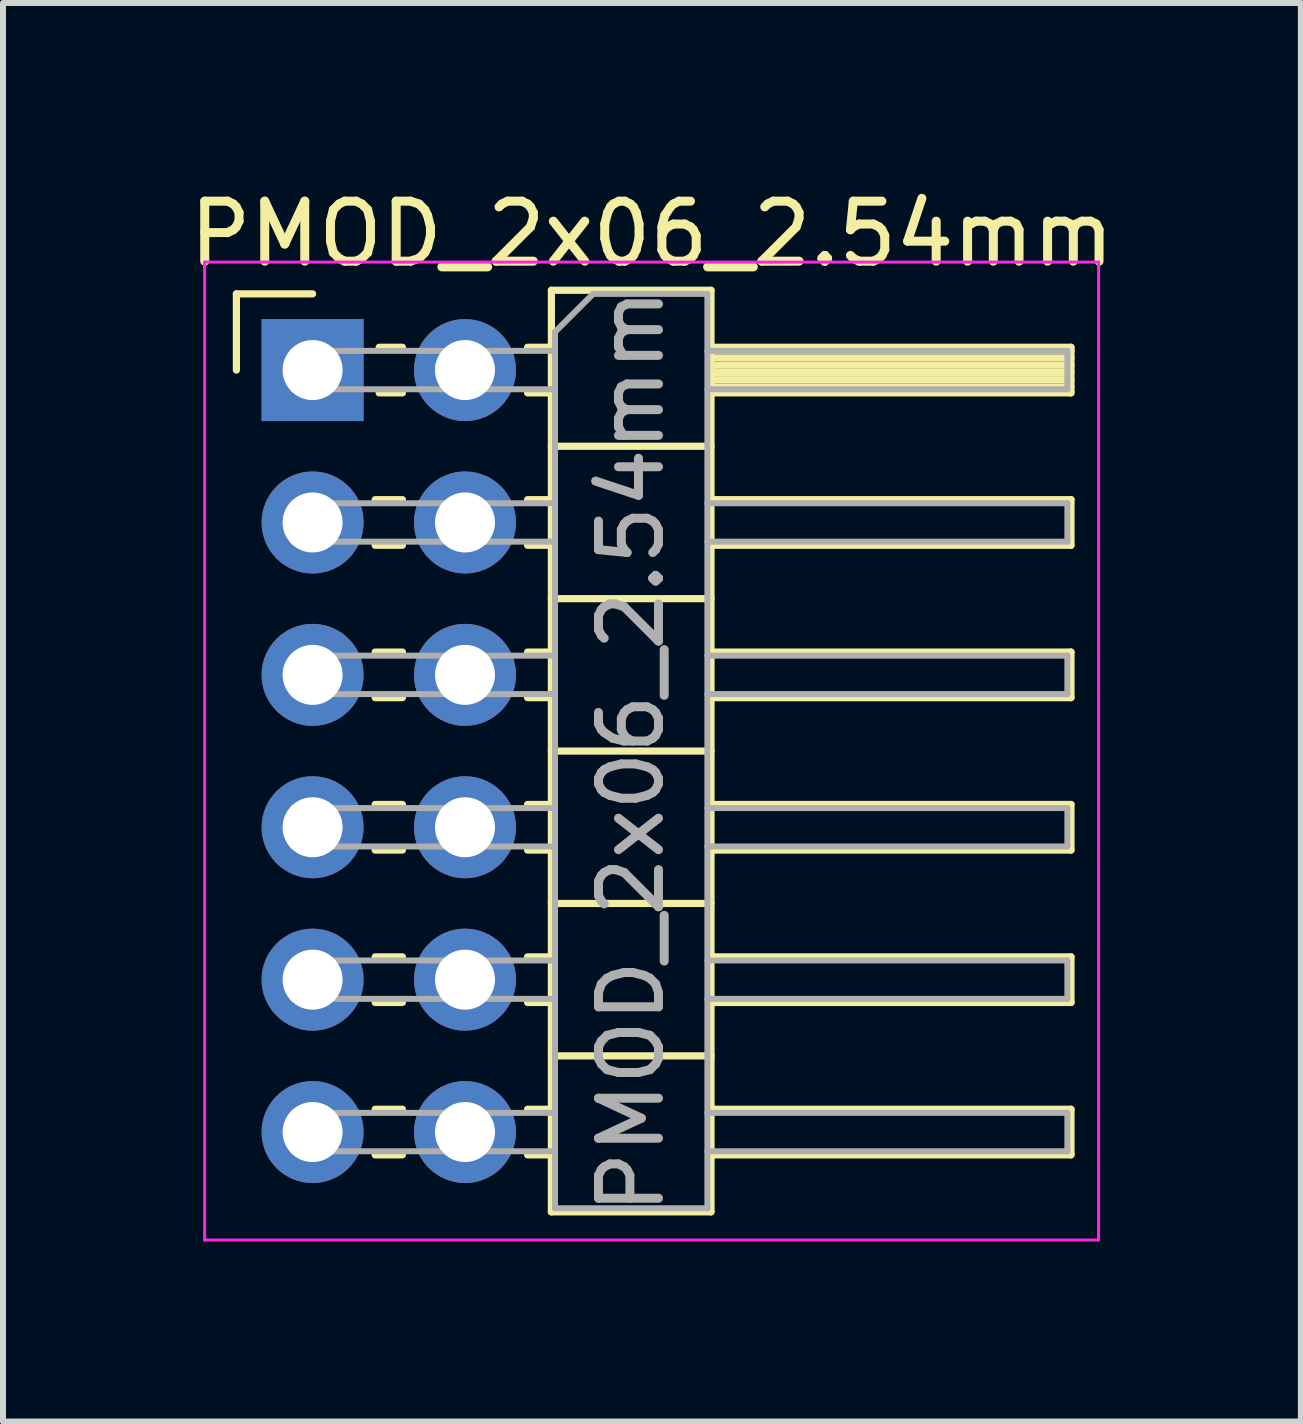
<source format=kicad_pcb>
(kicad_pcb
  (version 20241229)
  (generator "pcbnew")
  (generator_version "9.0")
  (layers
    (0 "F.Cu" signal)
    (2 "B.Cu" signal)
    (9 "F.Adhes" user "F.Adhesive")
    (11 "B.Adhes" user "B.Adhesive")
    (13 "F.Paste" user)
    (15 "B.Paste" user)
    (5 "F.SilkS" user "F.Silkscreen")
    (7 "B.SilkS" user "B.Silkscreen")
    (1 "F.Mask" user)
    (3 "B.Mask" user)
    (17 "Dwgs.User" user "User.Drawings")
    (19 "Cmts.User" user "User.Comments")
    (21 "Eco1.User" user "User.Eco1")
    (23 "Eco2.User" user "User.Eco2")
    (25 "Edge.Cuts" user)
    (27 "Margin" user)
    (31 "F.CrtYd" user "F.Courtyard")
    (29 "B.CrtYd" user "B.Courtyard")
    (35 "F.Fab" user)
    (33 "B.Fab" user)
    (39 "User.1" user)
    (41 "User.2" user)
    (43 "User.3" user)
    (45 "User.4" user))
  (footprint "PMOD_2x06_2.54mm"
    (layer "F.Cu")
    (at 2.16 3.118)
    (property "Reference" "PMOD_2x06_2.54mm" (at 5.655 -2.27 0) (layer "F.SilkS") (effects (font (size 1 1) (thickness 0.15))))
    (attr through_hole)
    (fp_line (start -1.27 -1.27) (end 0 -1.27) (stroke (width 0.12) (type solid)) (layer "F.SilkS"))
    (fp_line (start -1.27 0) (end -1.27 -1.27) (stroke (width 0.12) (type solid)) (layer "F.SilkS"))
    (fp_line (start 1.043 2.16) (end 1.497 2.16) (stroke (width 0.12) (type solid)) (layer "F.SilkS"))
    (fp_line (start 1.043 2.92) (end 1.497 2.92) (stroke (width 0.12) (type solid)) (layer "F.SilkS"))
    (fp_line (start 1.043 4.7) (end 1.497 4.7) (stroke (width 0.12) (type solid)) (layer "F.SilkS"))
    (fp_line (start 1.043 5.46) (end 1.497 5.46) (stroke (width 0.12) (type solid)) (layer "F.SilkS"))
    (fp_line (start 1.043 7.24) (end 1.497 7.24) (stroke (width 0.12) (type solid)) (layer "F.SilkS"))
    (fp_line (start 1.043 8) (end 1.497 8) (stroke (width 0.12) (type solid)) (layer "F.SilkS"))
    (fp_line (start 1.043 9.78) (end 1.497 9.78) (stroke (width 0.12) (type solid)) (layer "F.SilkS"))
    (fp_line (start 1.043 10.54) (end 1.497 10.54) (stroke (width 0.12) (type solid)) (layer "F.SilkS"))
    (fp_line (start 1.043 12.32) (end 1.497 12.32) (stroke (width 0.12) (type solid)) (layer "F.SilkS"))
    (fp_line (start 1.043 13.08) (end 1.497 13.08) (stroke (width 0.12) (type solid)) (layer "F.SilkS"))
    (fp_line (start 1.11 -0.38) (end 1.497 -0.38) (stroke (width 0.12) (type solid)) (layer "F.SilkS"))
    (fp_line (start 1.11 0.38) (end 1.497 0.38) (stroke (width 0.12) (type solid)) (layer "F.SilkS"))
    (fp_line (start 3.583 -0.38) (end 3.98 -0.38) (stroke (width 0.12) (type solid)) (layer "F.SilkS"))
    (fp_line (start 3.583 0.38) (end 3.98 0.38) (stroke (width 0.12) (type solid)) (layer "F.SilkS"))
    (fp_line (start 3.583 2.16) (end 3.98 2.16) (stroke (width 0.12) (type solid)) (layer "F.SilkS"))
    (fp_line (start 3.583 2.92) (end 3.98 2.92) (stroke (width 0.12) (type solid)) (layer "F.SilkS"))
    (fp_line (start 3.583 4.7) (end 3.98 4.7) (stroke (width 0.12) (type solid)) (layer "F.SilkS"))
    (fp_line (start 3.583 5.46) (end 3.98 5.46) (stroke (width 0.12) (type solid)) (layer "F.SilkS"))
    (fp_line (start 3.583 7.24) (end 3.98 7.24) (stroke (width 0.12) (type solid)) (layer "F.SilkS"))
    (fp_line (start 3.583 8) (end 3.98 8) (stroke (width 0.12) (type solid)) (layer "F.SilkS"))
    (fp_line (start 3.583 9.78) (end 3.98 9.78) (stroke (width 0.12) (type solid)) (layer "F.SilkS"))
    (fp_line (start 3.583 10.54) (end 3.98 10.54) (stroke (width 0.12) (type solid)) (layer "F.SilkS"))
    (fp_line (start 3.583 12.32) (end 3.98 12.32) (stroke (width 0.12) (type solid)) (layer "F.SilkS"))
    (fp_line (start 3.583 13.08) (end 3.98 13.08) (stroke (width 0.12) (type solid)) (layer "F.SilkS"))
    (fp_line (start 3.98 -1.33) (end 3.98 14.03) (stroke (width 0.12) (type solid)) (layer "F.SilkS"))
    (fp_line (start 3.98 1.27) (end 6.64 1.27) (stroke (width 0.12) (type solid)) (layer "F.SilkS"))
    (fp_line (start 3.98 3.81) (end 6.64 3.81) (stroke (width 0.12) (type solid)) (layer "F.SilkS"))
    (fp_line (start 3.98 6.35) (end 6.64 6.35) (stroke (width 0.12) (type solid)) (layer "F.SilkS"))
    (fp_line (start 3.98 8.89) (end 6.64 8.89) (stroke (width 0.12) (type solid)) (layer "F.SilkS"))
    (fp_line (start 3.98 11.43) (end 6.64 11.43) (stroke (width 0.12) (type solid)) (layer "F.SilkS"))
    (fp_line (start 3.98 14.03) (end 6.64 14.03) (stroke (width 0.12) (type solid)) (layer "F.SilkS"))
    (fp_line (start 6.64 -1.33) (end 3.98 -1.33) (stroke (width 0.12) (type solid)) (layer "F.SilkS"))
    (fp_line (start 6.64 -0.38) (end 12.64 -0.38) (stroke (width 0.12) (type solid)) (layer "F.SilkS"))
    (fp_line (start 6.64 -0.32) (end 12.64 -0.32) (stroke (width 0.12) (type solid)) (layer "F.SilkS"))
    (fp_line (start 6.64 -0.2) (end 12.64 -0.2) (stroke (width 0.12) (type solid)) (layer "F.SilkS"))
    (fp_line (start 6.64 -0.08) (end 12.64 -0.08) (stroke (width 0.12) (type solid)) (layer "F.SilkS"))
    (fp_line (start 6.64 0.04) (end 12.64 0.04) (stroke (width 0.12) (type solid)) (layer "F.SilkS"))
    (fp_line (start 6.64 0.16) (end 12.64 0.16) (stroke (width 0.12) (type solid)) (layer "F.SilkS"))
    (fp_line (start 6.64 0.28) (end 12.64 0.28) (stroke (width 0.12) (type solid)) (layer "F.SilkS"))
    (fp_line (start 6.64 2.16) (end 12.64 2.16) (stroke (width 0.12) (type solid)) (layer "F.SilkS"))
    (fp_line (start 6.64 4.7) (end 12.64 4.7) (stroke (width 0.12) (type solid)) (layer "F.SilkS"))
    (fp_line (start 6.64 7.24) (end 12.64 7.24) (stroke (width 0.12) (type solid)) (layer "F.SilkS"))
    (fp_line (start 6.64 9.78) (end 12.64 9.78) (stroke (width 0.12) (type solid)) (layer "F.SilkS"))
    (fp_line (start 6.64 12.32) (end 12.64 12.32) (stroke (width 0.12) (type solid)) (layer "F.SilkS"))
    (fp_line (start 6.64 14.03) (end 6.64 -1.33) (stroke (width 0.12) (type solid)) (layer "F.SilkS"))
    (fp_line (start 12.64 -0.38) (end 12.64 0.38) (stroke (width 0.12) (type solid)) (layer "F.SilkS"))
    (fp_line (start 12.64 0.38) (end 6.64 0.38) (stroke (width 0.12) (type solid)) (layer "F.SilkS"))
    (fp_line (start 12.64 2.16) (end 12.64 2.92) (stroke (width 0.12) (type solid)) (layer "F.SilkS"))
    (fp_line (start 12.64 2.92) (end 6.64 2.92) (stroke (width 0.12) (type solid)) (layer "F.SilkS"))
    (fp_line (start 12.64 4.7) (end 12.64 5.46) (stroke (width 0.12) (type solid)) (layer "F.SilkS"))
    (fp_line (start 12.64 5.46) (end 6.64 5.46) (stroke (width 0.12) (type solid)) (layer "F.SilkS"))
    (fp_line (start 12.64 7.24) (end 12.64 8) (stroke (width 0.12) (type solid)) (layer "F.SilkS"))
    (fp_line (start 12.64 8) (end 6.64 8) (stroke (width 0.12) (type solid)) (layer "F.SilkS"))
    (fp_line (start 12.64 9.78) (end 12.64 10.54) (stroke (width 0.12) (type solid)) (layer "F.SilkS"))
    (fp_line (start 12.64 10.54) (end 6.64 10.54) (stroke (width 0.12) (type solid)) (layer "F.SilkS"))
    (fp_line (start 12.64 12.32) (end 12.64 13.08) (stroke (width 0.12) (type solid)) (layer "F.SilkS"))
    (fp_line (start 12.64 13.08) (end 6.64 13.08) (stroke (width 0.12) (type solid)) (layer "F.SilkS"))
    (fp_line (start -1.8 -1.8) (end -1.8 14.5) (stroke (width 0.05) (type solid)) (layer "F.CrtYd"))
    (fp_line (start -1.8 14.5) (end 13.1 14.5) (stroke (width 0.05) (type solid)) (layer "F.CrtYd"))
    (fp_line (start 13.1 -1.8) (end -1.8 -1.8) (stroke (width 0.05) (type solid)) (layer "F.CrtYd"))
    (fp_line (start 13.1 14.5) (end 13.1 -1.8) (stroke (width 0.05) (type solid)) (layer "F.CrtYd"))
    (fp_line (start -0.32 -0.32) (end -0.32 0.32) (stroke (width 0.1) (type solid)) (layer "F.Fab"))
    (fp_line (start -0.32 -0.32) (end 4.04 -0.32) (stroke (width 0.1) (type solid)) (layer "F.Fab"))
    (fp_line (start -0.32 0.32) (end 4.04 0.32) (stroke (width 0.1) (type solid)) (layer "F.Fab"))
    (fp_line (start -0.32 2.22) (end -0.32 2.86) (stroke (width 0.1) (type solid)) (layer "F.Fab"))
    (fp_line (start -0.32 2.22) (end 4.04 2.22) (stroke (width 0.1) (type solid)) (layer "F.Fab"))
    (fp_line (start -0.32 2.86) (end 4.04 2.86) (stroke (width 0.1) (type solid)) (layer "F.Fab"))
    (fp_line (start -0.32 4.76) (end -0.32 5.4) (stroke (width 0.1) (type solid)) (layer "F.Fab"))
    (fp_line (start -0.32 4.76) (end 4.04 4.76) (stroke (width 0.1) (type solid)) (layer "F.Fab"))
    (fp_line (start -0.32 5.4) (end 4.04 5.4) (stroke (width 0.1) (type solid)) (layer "F.Fab"))
    (fp_line (start -0.32 7.3) (end -0.32 7.94) (stroke (width 0.1) (type solid)) (layer "F.Fab"))
    (fp_line (start -0.32 7.3) (end 4.04 7.3) (stroke (width 0.1) (type solid)) (layer "F.Fab"))
    (fp_line (start -0.32 7.94) (end 4.04 7.94) (stroke (width 0.1) (type solid)) (layer "F.Fab"))
    (fp_line (start -0.32 9.84) (end -0.32 10.48) (stroke (width 0.1) (type solid)) (layer "F.Fab"))
    (fp_line (start -0.32 9.84) (end 4.04 9.84) (stroke (width 0.1) (type solid)) (layer "F.Fab"))
    (fp_line (start -0.32 10.48) (end 4.04 10.48) (stroke (width 0.1) (type solid)) (layer "F.Fab"))
    (fp_line (start -0.32 12.38) (end -0.32 13.02) (stroke (width 0.1) (type solid)) (layer "F.Fab"))
    (fp_line (start -0.32 12.38) (end 4.04 12.38) (stroke (width 0.1) (type solid)) (layer "F.Fab"))
    (fp_line (start -0.32 13.02) (end 4.04 13.02) (stroke (width 0.1) (type solid)) (layer "F.Fab"))
    (fp_line (start 4.04 -0.635) (end 4.675 -1.27) (stroke (width 0.1) (type solid)) (layer "F.Fab"))
    (fp_line (start 4.04 13.97) (end 4.04 -0.635) (stroke (width 0.1) (type solid)) (layer "F.Fab"))
    (fp_line (start 4.675 -1.27) (end 6.58 -1.27) (stroke (width 0.1) (type solid)) (layer "F.Fab"))
    (fp_line (start 6.58 -1.27) (end 6.58 13.97) (stroke (width 0.1) (type solid)) (layer "F.Fab"))
    (fp_line (start 6.58 -0.32) (end 12.58 -0.32) (stroke (width 0.1) (type solid)) (layer "F.Fab"))
    (fp_line (start 6.58 0.32) (end 12.58 0.32) (stroke (width 0.1) (type solid)) (layer "F.Fab"))
    (fp_line (start 6.58 2.22) (end 12.58 2.22) (stroke (width 0.1) (type solid)) (layer "F.Fab"))
    (fp_line (start 6.58 2.86) (end 12.58 2.86) (stroke (width 0.1) (type solid)) (layer "F.Fab"))
    (fp_line (start 6.58 4.76) (end 12.58 4.76) (stroke (width 0.1) (type solid)) (layer "F.Fab"))
    (fp_line (start 6.58 5.4) (end 12.58 5.4) (stroke (width 0.1) (type solid)) (layer "F.Fab"))
    (fp_line (start 6.58 7.3) (end 12.58 7.3) (stroke (width 0.1) (type solid)) (layer "F.Fab"))
    (fp_line (start 6.58 7.94) (end 12.58 7.94) (stroke (width 0.1) (type solid)) (layer "F.Fab"))
    (fp_line (start 6.58 9.84) (end 12.58 9.84) (stroke (width 0.1) (type solid)) (layer "F.Fab"))
    (fp_line (start 6.58 10.48) (end 12.58 10.48) (stroke (width 0.1) (type solid)) (layer "F.Fab"))
    (fp_line (start 6.58 12.38) (end 12.58 12.38) (stroke (width 0.1) (type solid)) (layer "F.Fab"))
    (fp_line (start 6.58 13.02) (end 12.58 13.02) (stroke (width 0.1) (type solid)) (layer "F.Fab"))
    (fp_line (start 6.58 13.97) (end 4.04 13.97) (stroke (width 0.1) (type solid)) (layer "F.Fab"))
    (fp_line (start 12.58 -0.32) (end 12.58 0.32) (stroke (width 0.1) (type solid)) (layer "F.Fab"))
    (fp_line (start 12.58 2.22) (end 12.58 2.86) (stroke (width 0.1) (type solid)) (layer "F.Fab"))
    (fp_line (start 12.58 4.76) (end 12.58 5.4) (stroke (width 0.1) (type solid)) (layer "F.Fab"))
    (fp_line (start 12.58 7.3) (end 12.58 7.94) (stroke (width 0.1) (type solid)) (layer "F.Fab"))
    (fp_line (start 12.58 9.84) (end 12.58 10.48) (stroke (width 0.1) (type solid)) (layer "F.Fab"))
    (fp_line (start 12.58 12.38) (end 12.58 13.02) (stroke (width 0.1) (type solid)) (layer "F.Fab"))
    (fp_text user "${REFERENCE}" (at 5.31 6.35 90) (layer "F.Fab") (effects (font (size 1 1) (thickness 0.15))))
    (pad "1" thru_hole oval (at 0 12.7) (size 1.7 1.7) (drill 1) (layers "*.Cu" "*.Mask"))
    (pad "2" thru_hole oval (at 0 10.16) (size 1.7 1.7) (drill 1) (layers "*.Cu" "*.Mask"))
    (pad "3" thru_hole oval (at 0 7.62) (size 1.7 1.7) (drill 1) (layers "*.Cu" "*.Mask"))
    (pad "4" thru_hole oval (at 0 5.08) (size 1.7 1.7) (drill 1) (layers "*.Cu" "*.Mask"))
    (pad "5" thru_hole oval (at 0 2.54) (size 1.7 1.7) (drill 1) (layers "*.Cu" "*.Mask"))
    (pad "6" thru_hole rect (at 0 0) (size 1.7 1.7) (drill 1) (layers "*.Cu" "*.Mask"))
    (pad "7" thru_hole oval (at 2.54 12.7) (size 1.7 1.7) (drill 1) (layers "*.Cu" "*.Mask"))
    (pad "8" thru_hole oval (at 2.54 10.16) (size 1.7 1.7) (drill 1) (layers "*.Cu" "*.Mask"))
    (pad "9" thru_hole oval (at 2.54 7.62) (size 1.7 1.7) (drill 1) (layers "*.Cu" "*.Mask"))
    (pad "10" thru_hole oval (at 2.54 5.08) (size 1.7 1.7) (drill 1) (layers "*.Cu" "*.Mask"))
    (pad "11" thru_hole oval (at 2.54 2.54) (size 1.7 1.7) (drill 1) (layers "*.Cu" "*.Mask"))
    (pad "12" thru_hole oval (at 2.54 0) (size 1.7 1.7) (drill 1) (layers "*.Cu" "*.Mask")))
  (gr_rect
    (start -3 -3)
    (end 18.631 20.643)
    (stroke (width 0.1) (type default))
    (fill no)
    (layer "Edge.Cuts")))
</source>
